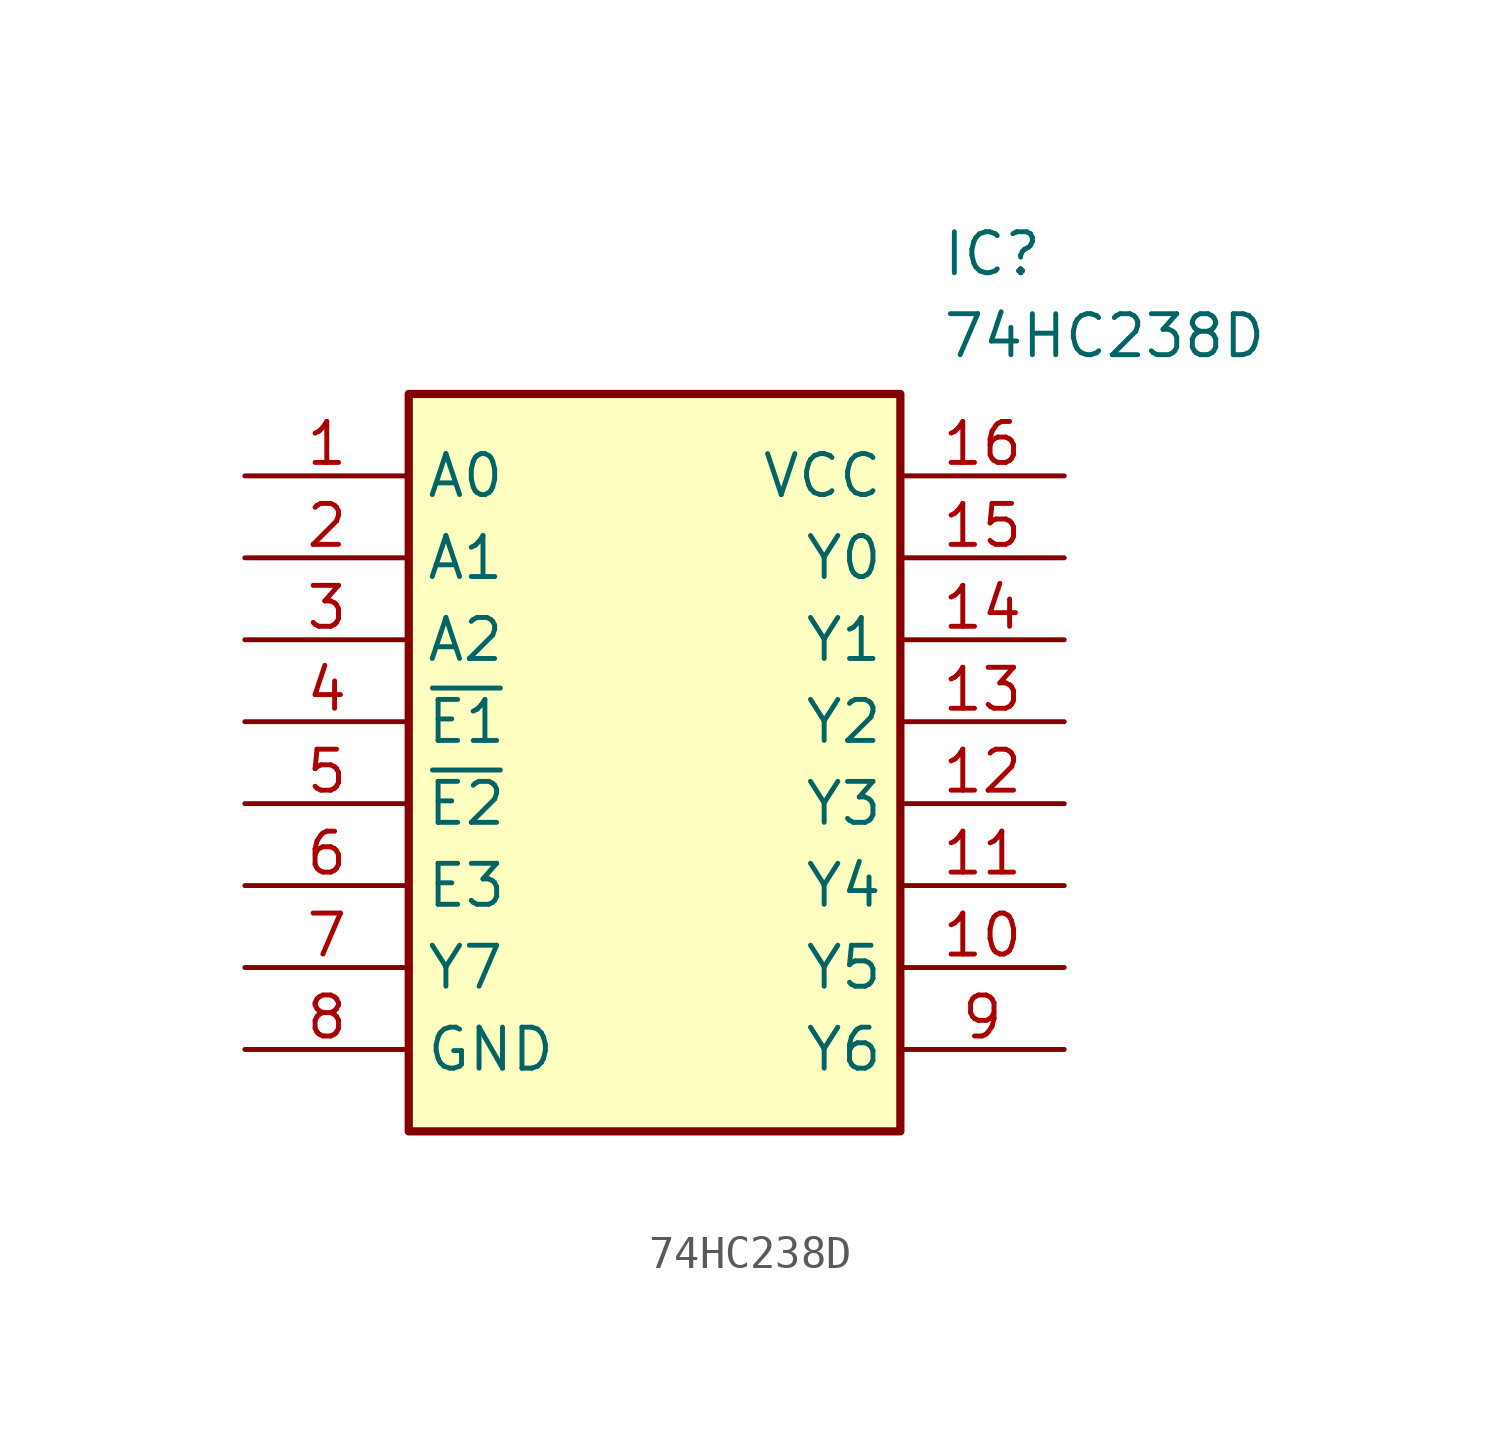
<source format=kicad_sym>
(kicad_symbol_lib
  (version 20211014)
  (generator SamacSys_ECAD_Model)
  (symbol "74HC238D"
    (property "Reference" "IC"
      (at 21.59 7.62 0)
      (effects (font (size 1.27 1.27)) (justify left top)))
    (property "Value" "74HC238D"
      (at 21.59 5.08 0)
      (effects (font (size 1.27 1.27)) (justify left top)))
    (rectangle
      (start 5.08 2.54)
      (end 20.32 -20.32)
      (stroke (width 0.254) (type default))
      (fill (type background)))
    (pin passive line
      (at 0 0 0)
      (length 5.08)
      (name "A0" (effects (font (size 1.27 1.27))))
      (number "1" (effects (font (size 1.27 1.27)))))
    (pin passive line
      (at 0 -2.54 0)
      (length 5.08)
      (name "A1" (effects (font (size 1.27 1.27))))
      (number "2" (effects (font (size 1.27 1.27)))))
    (pin passive line
      (at 0 -5.08 0)
      (length 5.08)
      (name "A2" (effects (font (size 1.27 1.27))))
      (number "3" (effects (font (size 1.27 1.27)))))
    (pin passive line
      (at 0 -7.62 0)
      (length 5.08)
      (name "~{E1}" (effects (font (size 1.27 1.27))))
      (number "4" (effects (font (size 1.27 1.27)))))
    (pin passive line
      (at 0 -10.16 0)
      (length 5.08)
      (name "~{E2}" (effects (font (size 1.27 1.27))))
      (number "5" (effects (font (size 1.27 1.27)))))
    (pin passive line
      (at 0 -12.7 0)
      (length 5.08)
      (name "E3" (effects (font (size 1.27 1.27))))
      (number "6" (effects (font (size 1.27 1.27)))))
    (pin passive line
      (at 0 -15.24 0)
      (length 5.08)
      (name "Y7" (effects (font (size 1.27 1.27))))
      (number "7" (effects (font (size 1.27 1.27)))))
    (pin passive line
      (at 0 -17.78 0)
      (length 5.08)
      (name "GND" (effects (font (size 1.27 1.27))))
      (number "8" (effects (font (size 1.27 1.27)))))
    (pin passive line
      (at 25.4 0 180)
      (length 5.08)
      (name "VCC" (effects (font (size 1.27 1.27))))
      (number "16" (effects (font (size 1.27 1.27)))))
    (pin passive line
      (at 25.4 -2.54 180)
      (length 5.08)
      (name "Y0" (effects (font (size 1.27 1.27))))
      (number "15" (effects (font (size 1.27 1.27)))))
    (pin passive line
      (at 25.4 -5.08 180)
      (length 5.08)
      (name "Y1" (effects (font (size 1.27 1.27))))
      (number "14" (effects (font (size 1.27 1.27)))))
    (pin passive line
      (at 25.4 -7.62 180)
      (length 5.08)
      (name "Y2" (effects (font (size 1.27 1.27))))
      (number "13" (effects (font (size 1.27 1.27)))))
    (pin passive line
      (at 25.4 -10.16 180)
      (length 5.08)
      (name "Y3" (effects (font (size 1.27 1.27))))
      (number "12" (effects (font (size 1.27 1.27)))))
    (pin passive line
      (at 25.4 -12.7 180)
      (length 5.08)
      (name "Y4" (effects (font (size 1.27 1.27))))
      (number "11" (effects (font (size 1.27 1.27)))))
    (pin passive line
      (at 25.4 -15.24 180)
      (length 5.08)
      (name "Y5" (effects (font (size 1.27 1.27))))
      (number "10" (effects (font (size 1.27 1.27)))))
    (pin passive line
      (at 25.4 -17.78 180)
      (length 5.08)
      (name "Y6" (effects (font (size 1.27 1.27))))
      (number "9" (effects (font (size 1.27 1.27)))))))
</source>
